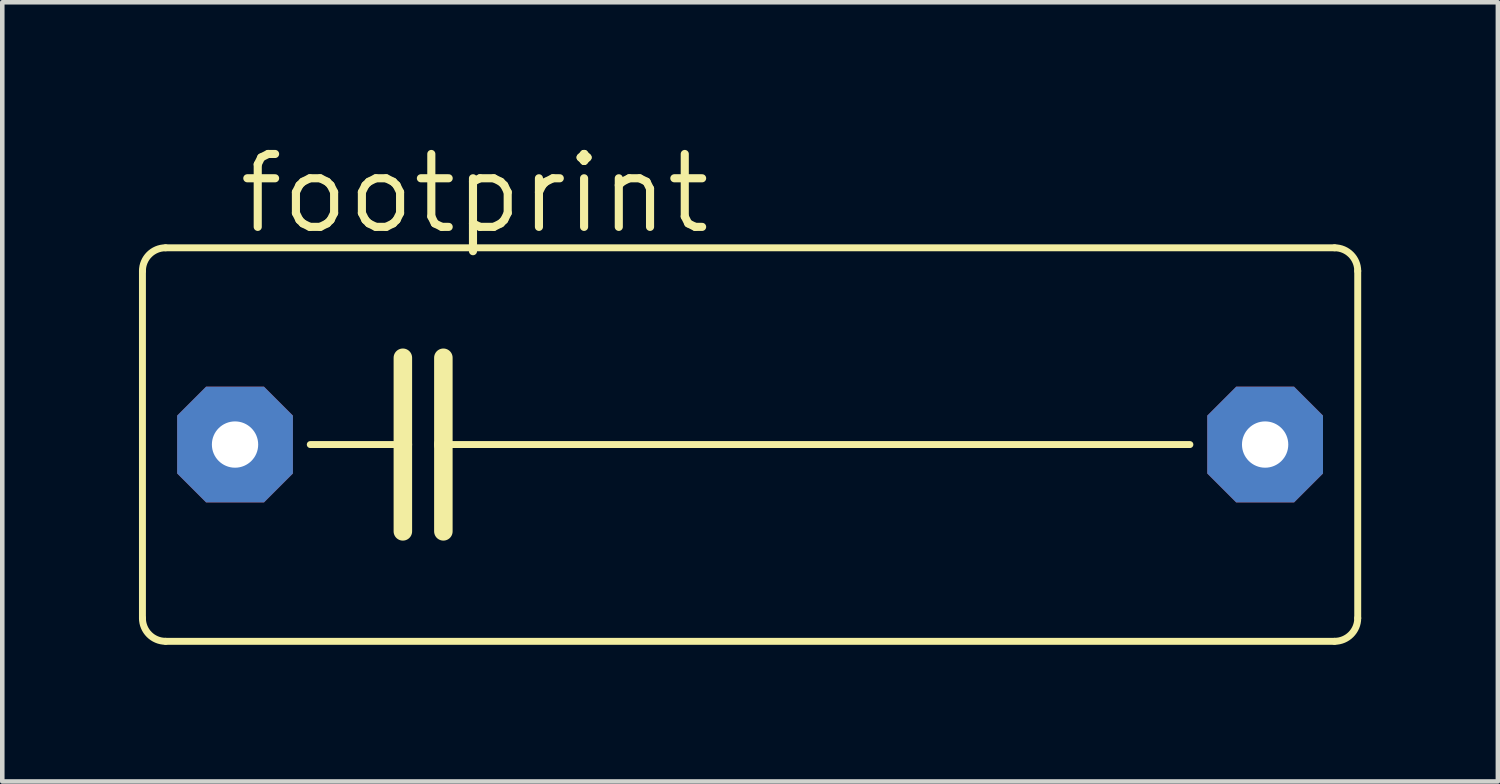
<source format=kicad_pcb>
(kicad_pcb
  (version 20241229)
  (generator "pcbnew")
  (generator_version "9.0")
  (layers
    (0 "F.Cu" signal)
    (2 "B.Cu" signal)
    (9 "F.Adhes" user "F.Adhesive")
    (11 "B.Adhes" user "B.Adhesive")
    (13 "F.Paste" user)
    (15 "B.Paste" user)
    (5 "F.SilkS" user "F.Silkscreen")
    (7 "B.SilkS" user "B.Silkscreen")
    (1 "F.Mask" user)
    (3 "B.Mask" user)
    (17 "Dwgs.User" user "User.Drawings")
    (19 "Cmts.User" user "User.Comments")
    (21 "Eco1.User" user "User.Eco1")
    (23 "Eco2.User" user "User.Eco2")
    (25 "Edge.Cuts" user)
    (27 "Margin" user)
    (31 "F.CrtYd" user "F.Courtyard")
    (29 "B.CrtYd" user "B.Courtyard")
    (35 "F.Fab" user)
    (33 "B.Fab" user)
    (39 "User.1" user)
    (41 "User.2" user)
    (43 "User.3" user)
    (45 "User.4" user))
  (footprint "footprint"
    (layer "F.Cu")
    (at 13.411 6.706)
    (property "Reference" "footprint" (at -11.303 -4.572 0) (layer "F.SilkS") (effects (font (size 1.6 1.6) (thickness 0.178)) (justify left bottom)))
    (fp_line (start -13.335 3.81) (end -13.335 -3.81) (stroke (width 0.152) (type solid)) (layer "F.SilkS"))
    (fp_line (start -12.827 -4.318) (end 12.827 -4.318) (stroke (width 0.152) (type solid)) (layer "F.SilkS"))
    (fp_line (start -9.652 0) (end -7.62 0) (stroke (width 0.152) (type solid)) (layer "F.SilkS"))
    (fp_line (start -7.62 -1.905) (end -7.62 0) (stroke (width 0.406) (type solid)) (layer "F.SilkS"))
    (fp_line (start -7.62 0) (end -7.62 1.905) (stroke (width 0.406) (type solid)) (layer "F.SilkS"))
    (fp_line (start -6.731 -1.905) (end -6.731 0) (stroke (width 0.406) (type solid)) (layer "F.SilkS"))
    (fp_line (start -6.731 0) (end -6.731 1.905) (stroke (width 0.406) (type solid)) (layer "F.SilkS"))
    (fp_line (start -6.731 0) (end 9.652 0) (stroke (width 0.152) (type solid)) (layer "F.SilkS"))
    (fp_line (start 12.827 4.318) (end -12.827 4.318) (stroke (width 0.152) (type solid)) (layer "F.SilkS"))
    (fp_line (start 13.335 -3.81) (end 13.335 3.81) (stroke (width 0.152) (type solid)) (layer "F.SilkS"))
    (fp_arc (start -13.335 -3.81) (mid -13.18621 -4.16921) (end -12.827 -4.318) (stroke (width 0.1524) (type solid)) (layer "F.SilkS"))
    (fp_arc (start -12.827 4.318) (mid -13.18621 4.16921) (end -13.335 3.81) (stroke (width 0.1524) (type solid)) (layer "F.SilkS"))
    (fp_arc (start 12.827 -4.318) (mid 13.18621 -4.16921) (end 13.335 -3.81) (stroke (width 0.1524) (type solid)) (layer "F.SilkS"))
    (fp_arc (start 13.335 3.81) (mid 13.18621 4.16921) (end 12.827 4.318) (stroke (width 0.1524) (type solid)) (layer "F.SilkS"))
    (pad "1" thru_hole roundrect (at -11.303 0) (size 2.54 2.54) (drill 1.016) (layers "*.Cu" "*.Mask") (roundrect_rratio 0.25) (chamfer_ratio 0.25) (chamfer top_left top_right bottom_left bottom_right))
    (pad "2" thru_hole roundrect (at 11.303 0) (size 2.54 2.54) (drill 1.016) (layers "*.Cu" "*.Mask") (roundrect_rratio 0.25) (chamfer_ratio 0.25) (chamfer top_left top_right bottom_left bottom_right)))
  (gr_rect
    (start -3 -3)
    (end 29.822 14.1)
    (stroke (width 0.1) (type default))
    (fill no)
    (layer "Edge.Cuts")))
</source>
